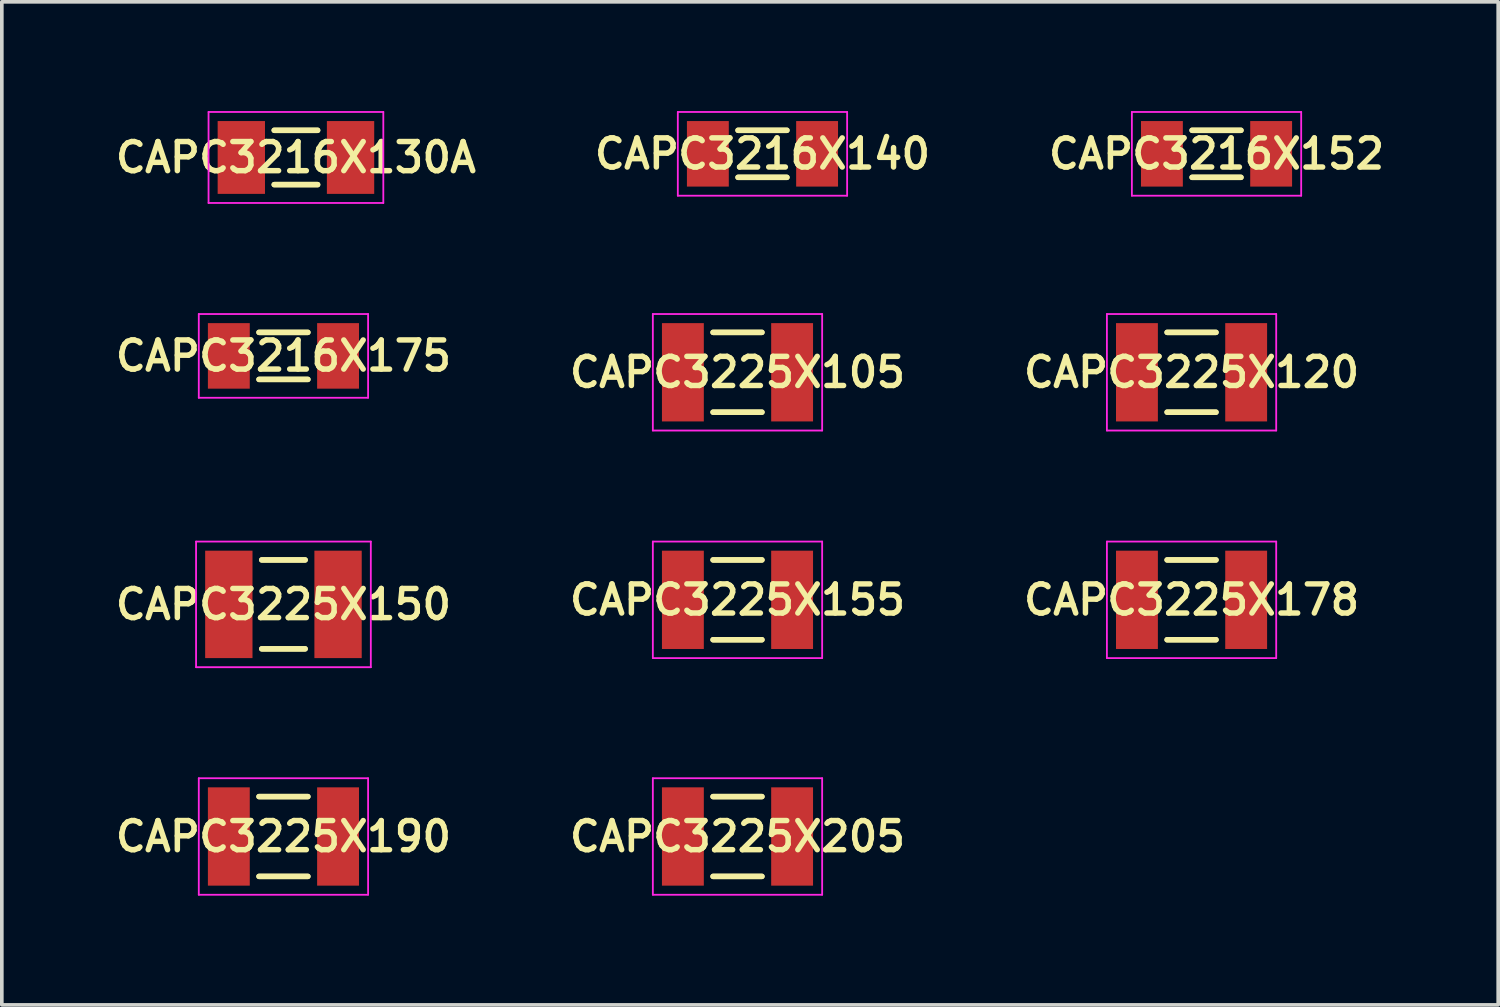
<source format=kicad_pcb>
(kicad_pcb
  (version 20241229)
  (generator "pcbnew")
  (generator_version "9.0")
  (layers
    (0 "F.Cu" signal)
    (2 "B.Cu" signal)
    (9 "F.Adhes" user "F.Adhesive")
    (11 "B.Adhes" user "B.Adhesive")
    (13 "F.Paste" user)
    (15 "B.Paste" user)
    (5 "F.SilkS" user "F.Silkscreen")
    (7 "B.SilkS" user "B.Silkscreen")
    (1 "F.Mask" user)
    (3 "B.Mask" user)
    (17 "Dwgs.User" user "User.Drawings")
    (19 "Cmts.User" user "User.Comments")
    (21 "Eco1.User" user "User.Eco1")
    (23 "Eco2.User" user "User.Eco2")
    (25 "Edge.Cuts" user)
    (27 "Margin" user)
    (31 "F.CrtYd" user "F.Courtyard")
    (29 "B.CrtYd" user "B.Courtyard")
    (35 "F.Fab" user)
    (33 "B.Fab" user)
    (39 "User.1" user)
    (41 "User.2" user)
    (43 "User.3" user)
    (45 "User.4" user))
  (footprint "CAPC3225X205"
    (layer "F.Cu")
    (at 17.206 19.925)
    (property "Reference" "CAPC3225X205" (at 0 0 0) (layer "F.SilkS") (effects (font (size 0.8 0.8) (thickness 0.15))))
    (attr smd)
    (fp_line (start -0.671 -1.096) (end 0.671 -1.096) (stroke (width 0.15) (type solid)) (layer "F.SilkS"))
    (fp_line (start -0.671 1.096) (end 0.671 1.096) (stroke (width 0.15) (type solid)) (layer "F.SilkS"))
    (fp_line (start 0.671 -1.096) (end -0.671 -1.096) (stroke (width 0.15) (type solid)) (layer "F.SilkS"))
    (fp_line (start 0.671 1.096) (end -0.671 1.096) (stroke (width 0.15) (type solid)) (layer "F.SilkS"))
    (fp_line (start -2.325 -1.6) (end 2.325 -1.6) (stroke (width 0.05) (type solid)) (layer "F.CrtYd"))
    (fp_line (start -2.325 1.6) (end -2.325 -1.6) (stroke (width 0.05) (type solid)) (layer "F.CrtYd"))
    (fp_line (start 2.325 -1.6) (end 2.325 1.6) (stroke (width 0.05) (type solid)) (layer "F.CrtYd"))
    (fp_line (start 2.325 1.6) (end -2.325 1.6) (stroke (width 0.05) (type solid)) (layer "F.CrtYd"))
    (pad "1" smd rect (at -1.5 0) (size 1.15 2.7) (layers "F.Cu" "F.Mask" "F.Paste"))
    (pad "2" smd rect (at 1.5 0) (size 1.15 2.7) (layers "F.Cu" "F.Mask" "F.Paste")))
  (footprint "CAPC3216X130A"
    (layer "F.Cu")
    (at 5.078 1.275)
    (property "Reference" "CAPC3216X130A" (at 0 0 0) (layer "F.SilkS") (effects (font (size 0.8 0.8) (thickness 0.15))))
    (attr smd)
    (fp_line (start -0.596 -0.746) (end 0.596 -0.746) (stroke (width 0.15) (type solid)) (layer "F.SilkS"))
    (fp_line (start -0.596 0.746) (end 0.596 0.746) (stroke (width 0.15) (type solid)) (layer "F.SilkS"))
    (fp_line (start 0.596 -0.746) (end -0.596 -0.746) (stroke (width 0.15) (type solid)) (layer "F.SilkS"))
    (fp_line (start 0.596 0.746) (end -0.596 0.746) (stroke (width 0.15) (type solid)) (layer "F.SilkS"))
    (fp_line (start -2.4 -1.25) (end 2.4 -1.25) (stroke (width 0.05) (type solid)) (layer "F.CrtYd"))
    (fp_line (start -2.4 1.25) (end -2.4 -1.25) (stroke (width 0.05) (type solid)) (layer "F.CrtYd"))
    (fp_line (start 2.4 -1.25) (end 2.4 1.25) (stroke (width 0.05) (type solid)) (layer "F.CrtYd"))
    (fp_line (start 2.4 1.25) (end -2.4 1.25) (stroke (width 0.05) (type solid)) (layer "F.CrtYd"))
    (pad "1" smd rect (at -1.5 0) (size 1.3 2) (layers "F.Cu" "F.Mask" "F.Paste"))
    (pad "2" smd rect (at 1.5 0) (size 1.3 2) (layers "F.Cu" "F.Mask" "F.Paste")))
  (footprint "CAPC3216X175"
    (layer "F.Cu")
    (at 4.735 6.725)
    (property "Reference" "CAPC3216X175" (at 0 0 0) (layer "F.SilkS") (effects (font (size 0.8 0.8) (thickness 0.15))))
    (attr smd)
    (fp_line (start -0.671 -0.646) (end 0.671 -0.646) (stroke (width 0.15) (type solid)) (layer "F.SilkS"))
    (fp_line (start -0.671 0.646) (end 0.671 0.646) (stroke (width 0.15) (type solid)) (layer "F.SilkS"))
    (fp_line (start 0.671 -0.646) (end -0.671 -0.646) (stroke (width 0.15) (type solid)) (layer "F.SilkS"))
    (fp_line (start 0.671 0.646) (end -0.671 0.646) (stroke (width 0.15) (type solid)) (layer "F.SilkS"))
    (fp_line (start -2.325 -1.15) (end 2.325 -1.15) (stroke (width 0.05) (type solid)) (layer "F.CrtYd"))
    (fp_line (start -2.325 1.15) (end -2.325 -1.15) (stroke (width 0.05) (type solid)) (layer "F.CrtYd"))
    (fp_line (start 2.325 -1.15) (end 2.325 1.15) (stroke (width 0.05) (type solid)) (layer "F.CrtYd"))
    (fp_line (start 2.325 1.15) (end -2.325 1.15) (stroke (width 0.05) (type solid)) (layer "F.CrtYd"))
    (pad "1" smd rect (at -1.5 0) (size 1.15 1.8) (layers "F.Cu" "F.Mask" "F.Paste"))
    (pad "2" smd rect (at 1.5 0) (size 1.15 1.8) (layers "F.Cu" "F.Mask" "F.Paste")))
  (footprint "CAPC3225X190"
    (layer "F.Cu")
    (at 4.735 19.925)
    (property "Reference" "CAPC3225X190" (at 0 0 0) (layer "F.SilkS") (effects (font (size 0.8 0.8) (thickness 0.15))))
    (attr smd)
    (fp_line (start -0.671 -1.096) (end 0.671 -1.096) (stroke (width 0.15) (type solid)) (layer "F.SilkS"))
    (fp_line (start -0.671 1.096) (end 0.671 1.096) (stroke (width 0.15) (type solid)) (layer "F.SilkS"))
    (fp_line (start 0.671 -1.096) (end -0.671 -1.096) (stroke (width 0.15) (type solid)) (layer "F.SilkS"))
    (fp_line (start 0.671 1.096) (end -0.671 1.096) (stroke (width 0.15) (type solid)) (layer "F.SilkS"))
    (fp_line (start -2.325 -1.6) (end 2.325 -1.6) (stroke (width 0.05) (type solid)) (layer "F.CrtYd"))
    (fp_line (start -2.325 1.6) (end -2.325 -1.6) (stroke (width 0.05) (type solid)) (layer "F.CrtYd"))
    (fp_line (start 2.325 -1.6) (end 2.325 1.6) (stroke (width 0.05) (type solid)) (layer "F.CrtYd"))
    (fp_line (start 2.325 1.6) (end -2.325 1.6) (stroke (width 0.05) (type solid)) (layer "F.CrtYd"))
    (pad "1" smd rect (at -1.5 0) (size 1.15 2.7) (layers "F.Cu" "F.Mask" "F.Paste"))
    (pad "2" smd rect (at 1.5 0) (size 1.15 2.7) (layers "F.Cu" "F.Mask" "F.Paste")))
  (footprint "CAPC3225X178"
    (layer "F.Cu")
    (at 29.677 13.425)
    (property "Reference" "CAPC3225X178" (at 0 0 0) (layer "F.SilkS") (effects (font (size 0.8 0.8) (thickness 0.15))))
    (attr smd)
    (fp_line (start -0.671 -1.096) (end 0.671 -1.096) (stroke (width 0.15) (type solid)) (layer "F.SilkS"))
    (fp_line (start -0.671 1.096) (end 0.671 1.096) (stroke (width 0.15) (type solid)) (layer "F.SilkS"))
    (fp_line (start 0.671 -1.096) (end -0.671 -1.096) (stroke (width 0.15) (type solid)) (layer "F.SilkS"))
    (fp_line (start 0.671 1.096) (end -0.671 1.096) (stroke (width 0.15) (type solid)) (layer "F.SilkS"))
    (fp_line (start -2.325 -1.6) (end 2.325 -1.6) (stroke (width 0.05) (type solid)) (layer "F.CrtYd"))
    (fp_line (start -2.325 1.6) (end -2.325 -1.6) (stroke (width 0.05) (type solid)) (layer "F.CrtYd"))
    (fp_line (start 2.325 -1.6) (end 2.325 1.6) (stroke (width 0.05) (type solid)) (layer "F.CrtYd"))
    (fp_line (start 2.325 1.6) (end -2.325 1.6) (stroke (width 0.05) (type solid)) (layer "F.CrtYd"))
    (pad "1" smd rect (at -1.5 0) (size 1.15 2.7) (layers "F.Cu" "F.Mask" "F.Paste"))
    (pad "2" smd rect (at 1.5 0) (size 1.15 2.7) (layers "F.Cu" "F.Mask" "F.Paste")))
  (footprint "CAPC3225X105"
    (layer "F.Cu")
    (at 17.206 7.175)
    (property "Reference" "CAPC3225X105" (at 0 0 0) (layer "F.SilkS") (effects (font (size 0.8 0.8) (thickness 0.15))))
    (attr smd)
    (fp_line (start -0.671 -1.096) (end 0.671 -1.096) (stroke (width 0.15) (type solid)) (layer "F.SilkS"))
    (fp_line (start -0.671 1.096) (end 0.671 1.096) (stroke (width 0.15) (type solid)) (layer "F.SilkS"))
    (fp_line (start 0.671 -1.096) (end -0.671 -1.096) (stroke (width 0.15) (type solid)) (layer "F.SilkS"))
    (fp_line (start 0.671 1.096) (end -0.671 1.096) (stroke (width 0.15) (type solid)) (layer "F.SilkS"))
    (fp_line (start -2.325 -1.6) (end 2.325 -1.6) (stroke (width 0.05) (type solid)) (layer "F.CrtYd"))
    (fp_line (start -2.325 1.6) (end -2.325 -1.6) (stroke (width 0.05) (type solid)) (layer "F.CrtYd"))
    (fp_line (start 2.325 -1.6) (end 2.325 1.6) (stroke (width 0.05) (type solid)) (layer "F.CrtYd"))
    (fp_line (start 2.325 1.6) (end -2.325 1.6) (stroke (width 0.05) (type solid)) (layer "F.CrtYd"))
    (pad "1" smd rect (at -1.5 0) (size 1.15 2.7) (layers "F.Cu" "F.Mask" "F.Paste"))
    (pad "2" smd rect (at 1.5 0) (size 1.15 2.7) (layers "F.Cu" "F.Mask" "F.Paste")))
  (footprint "CAPC3225X155"
    (layer "F.Cu")
    (at 17.206 13.425)
    (property "Reference" "CAPC3225X155" (at 0 0 0) (layer "F.SilkS") (effects (font (size 0.8 0.8) (thickness 0.15))))
    (attr smd)
    (fp_line (start -0.671 -1.096) (end 0.671 -1.096) (stroke (width 0.15) (type solid)) (layer "F.SilkS"))
    (fp_line (start -0.671 1.096) (end 0.671 1.096) (stroke (width 0.15) (type solid)) (layer "F.SilkS"))
    (fp_line (start 0.671 -1.096) (end -0.671 -1.096) (stroke (width 0.15) (type solid)) (layer "F.SilkS"))
    (fp_line (start 0.671 1.096) (end -0.671 1.096) (stroke (width 0.15) (type solid)) (layer "F.SilkS"))
    (fp_line (start -2.325 -1.6) (end 2.325 -1.6) (stroke (width 0.05) (type solid)) (layer "F.CrtYd"))
    (fp_line (start -2.325 1.6) (end -2.325 -1.6) (stroke (width 0.05) (type solid)) (layer "F.CrtYd"))
    (fp_line (start 2.325 -1.6) (end 2.325 1.6) (stroke (width 0.05) (type solid)) (layer "F.CrtYd"))
    (fp_line (start 2.325 1.6) (end -2.325 1.6) (stroke (width 0.05) (type solid)) (layer "F.CrtYd"))
    (pad "1" smd rect (at -1.5 0) (size 1.15 2.7) (layers "F.Cu" "F.Mask" "F.Paste"))
    (pad "2" smd rect (at 1.5 0) (size 1.15 2.7) (layers "F.Cu" "F.Mask" "F.Paste")))
  (footprint "CAPC3225X120"
    (layer "F.Cu")
    (at 29.677 7.175)
    (property "Reference" "CAPC3225X120" (at 0 0 0) (layer "F.SilkS") (effects (font (size 0.8 0.8) (thickness 0.15))))
    (attr smd)
    (fp_line (start -0.671 -1.096) (end 0.671 -1.096) (stroke (width 0.15) (type solid)) (layer "F.SilkS"))
    (fp_line (start -0.671 1.096) (end 0.671 1.096) (stroke (width 0.15) (type solid)) (layer "F.SilkS"))
    (fp_line (start 0.671 -1.096) (end -0.671 -1.096) (stroke (width 0.15) (type solid)) (layer "F.SilkS"))
    (fp_line (start 0.671 1.096) (end -0.671 1.096) (stroke (width 0.15) (type solid)) (layer "F.SilkS"))
    (fp_line (start -2.325 -1.6) (end 2.325 -1.6) (stroke (width 0.05) (type solid)) (layer "F.CrtYd"))
    (fp_line (start -2.325 1.6) (end -2.325 -1.6) (stroke (width 0.05) (type solid)) (layer "F.CrtYd"))
    (fp_line (start 2.325 -1.6) (end 2.325 1.6) (stroke (width 0.05) (type solid)) (layer "F.CrtYd"))
    (fp_line (start 2.325 1.6) (end -2.325 1.6) (stroke (width 0.05) (type solid)) (layer "F.CrtYd"))
    (pad "1" smd rect (at -1.5 0) (size 1.15 2.7) (layers "F.Cu" "F.Mask" "F.Paste"))
    (pad "2" smd rect (at 1.5 0) (size 1.15 2.7) (layers "F.Cu" "F.Mask" "F.Paste")))
  (footprint "CAPC3225X150"
    (layer "F.Cu")
    (at 4.735 13.55)
    (property "Reference" "CAPC3225X150" (at 0 0 0) (layer "F.SilkS") (effects (font (size 0.8 0.8) (thickness 0.15))))
    (attr smd)
    (fp_line (start -0.596 -1.221) (end 0.596 -1.221) (stroke (width 0.15) (type solid)) (layer "F.SilkS"))
    (fp_line (start -0.596 1.221) (end 0.596 1.221) (stroke (width 0.15) (type solid)) (layer "F.SilkS"))
    (fp_line (start 0.596 -1.221) (end -0.596 -1.221) (stroke (width 0.15) (type solid)) (layer "F.SilkS"))
    (fp_line (start 0.596 1.221) (end -0.596 1.221) (stroke (width 0.15) (type solid)) (layer "F.SilkS"))
    (fp_line (start -2.4 -1.725) (end 2.4 -1.725) (stroke (width 0.05) (type solid)) (layer "F.CrtYd"))
    (fp_line (start -2.4 1.725) (end -2.4 -1.725) (stroke (width 0.05) (type solid)) (layer "F.CrtYd"))
    (fp_line (start 2.4 -1.725) (end 2.4 1.725) (stroke (width 0.05) (type solid)) (layer "F.CrtYd"))
    (fp_line (start 2.4 1.725) (end -2.4 1.725) (stroke (width 0.05) (type solid)) (layer "F.CrtYd"))
    (pad "1" smd rect (at -1.5 0) (size 1.3 2.95) (layers "F.Cu" "F.Mask" "F.Paste"))
    (pad "2" smd rect (at 1.5 0) (size 1.3 2.95) (layers "F.Cu" "F.Mask" "F.Paste")))
  (footprint "CAPC3216X140"
    (layer "F.Cu")
    (at 17.892 1.175)
    (property "Reference" "CAPC3216X140" (at 0 0 0) (layer "F.SilkS") (effects (font (size 0.8 0.8) (thickness 0.15))))
    (attr smd)
    (fp_line (start -0.671 -0.646) (end 0.671 -0.646) (stroke (width 0.15) (type solid)) (layer "F.SilkS"))
    (fp_line (start -0.671 0.646) (end 0.671 0.646) (stroke (width 0.15) (type solid)) (layer "F.SilkS"))
    (fp_line (start 0.671 -0.646) (end -0.671 -0.646) (stroke (width 0.15) (type solid)) (layer "F.SilkS"))
    (fp_line (start 0.671 0.646) (end -0.671 0.646) (stroke (width 0.15) (type solid)) (layer "F.SilkS"))
    (fp_line (start -2.325 -1.15) (end 2.325 -1.15) (stroke (width 0.05) (type solid)) (layer "F.CrtYd"))
    (fp_line (start -2.325 1.15) (end -2.325 -1.15) (stroke (width 0.05) (type solid)) (layer "F.CrtYd"))
    (fp_line (start 2.325 -1.15) (end 2.325 1.15) (stroke (width 0.05) (type solid)) (layer "F.CrtYd"))
    (fp_line (start 2.325 1.15) (end -2.325 1.15) (stroke (width 0.05) (type solid)) (layer "F.CrtYd"))
    (pad "1" smd rect (at -1.5 0) (size 1.15 1.8) (layers "F.Cu" "F.Mask" "F.Paste"))
    (pad "2" smd rect (at 1.5 0) (size 1.15 1.8) (layers "F.Cu" "F.Mask" "F.Paste")))
  (footprint "CAPC3216X152"
    (layer "F.Cu")
    (at 30.363 1.175)
    (property "Reference" "CAPC3216X152" (at 0 0 0) (layer "F.SilkS") (effects (font (size 0.8 0.8) (thickness 0.15))))
    (attr smd)
    (fp_line (start -0.671 -0.646) (end 0.671 -0.646) (stroke (width 0.15) (type solid)) (layer "F.SilkS"))
    (fp_line (start -0.671 0.646) (end 0.671 0.646) (stroke (width 0.15) (type solid)) (layer "F.SilkS"))
    (fp_line (start 0.671 -0.646) (end -0.671 -0.646) (stroke (width 0.15) (type solid)) (layer "F.SilkS"))
    (fp_line (start 0.671 0.646) (end -0.671 0.646) (stroke (width 0.15) (type solid)) (layer "F.SilkS"))
    (fp_line (start -2.325 -1.15) (end 2.325 -1.15) (stroke (width 0.05) (type solid)) (layer "F.CrtYd"))
    (fp_line (start -2.325 1.15) (end -2.325 -1.15) (stroke (width 0.05) (type solid)) (layer "F.CrtYd"))
    (fp_line (start 2.325 -1.15) (end 2.325 1.15) (stroke (width 0.05) (type solid)) (layer "F.CrtYd"))
    (fp_line (start 2.325 1.15) (end -2.325 1.15) (stroke (width 0.05) (type solid)) (layer "F.CrtYd"))
    (pad "1" smd rect (at -1.5 0) (size 1.15 1.8) (layers "F.Cu" "F.Mask" "F.Paste"))
    (pad "2" smd rect (at 1.5 0) (size 1.15 1.8) (layers "F.Cu" "F.Mask" "F.Paste")))
  (gr_rect
    (start -3 -3)
    (end 38.099 24.55)
    (stroke (width 0.1) (type default))
    (fill no)
    (layer "Edge.Cuts")))
</source>
